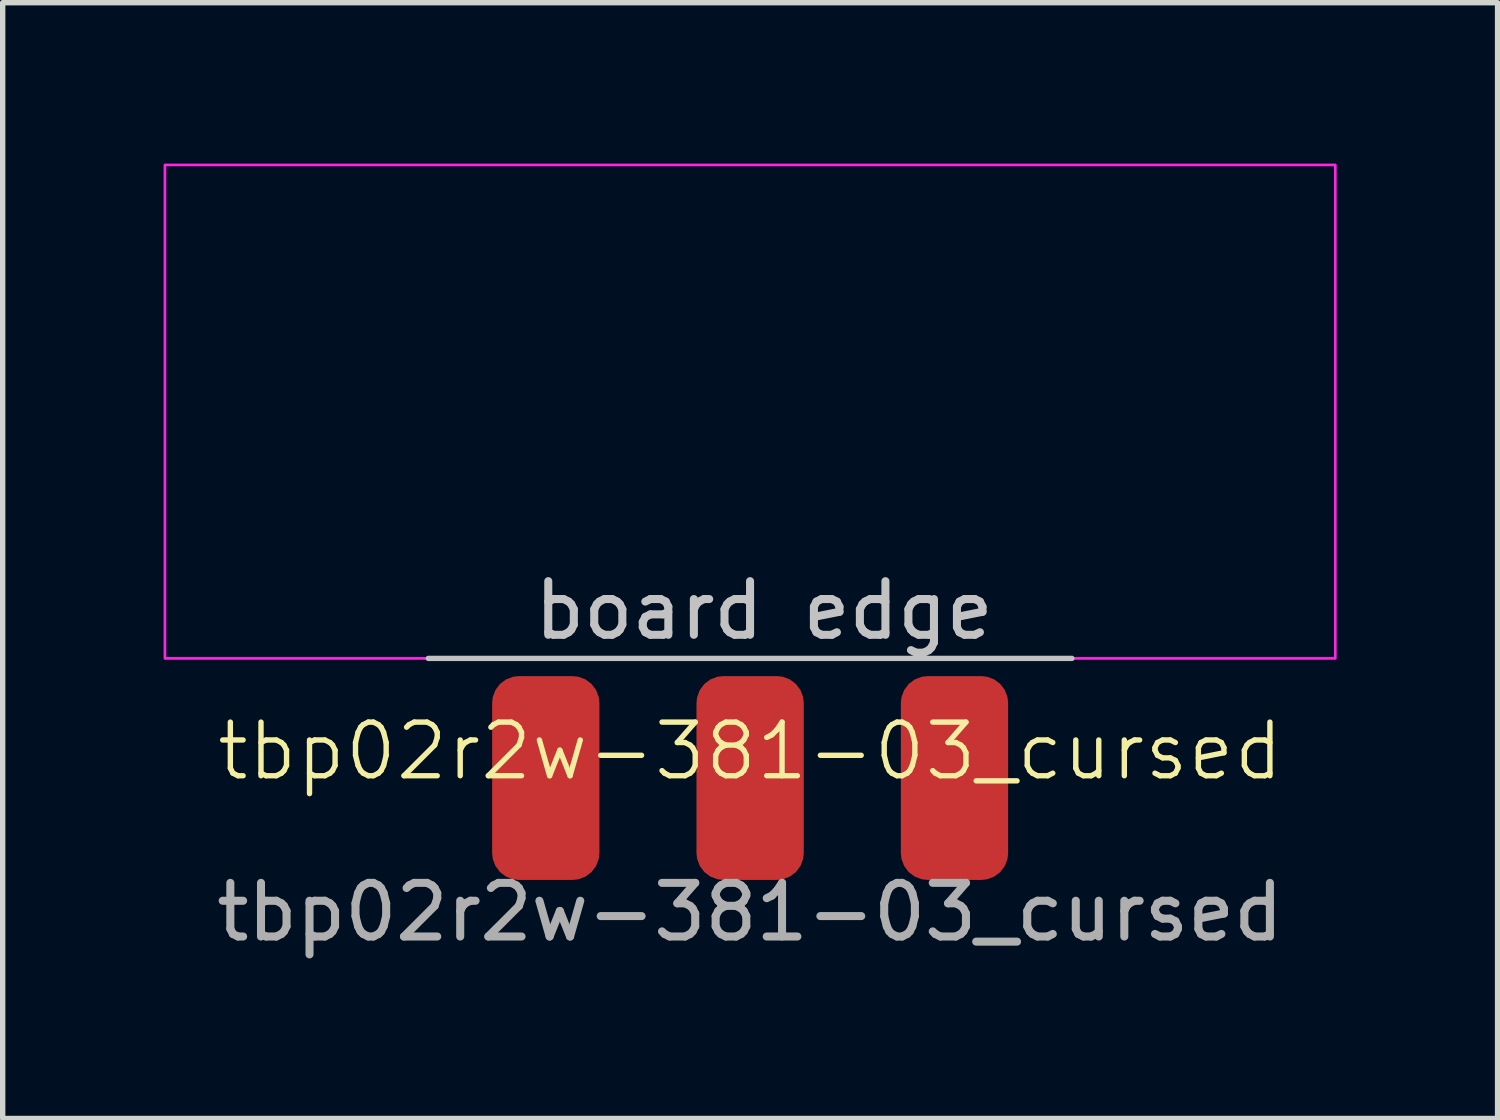
<source format=kicad_pcb>
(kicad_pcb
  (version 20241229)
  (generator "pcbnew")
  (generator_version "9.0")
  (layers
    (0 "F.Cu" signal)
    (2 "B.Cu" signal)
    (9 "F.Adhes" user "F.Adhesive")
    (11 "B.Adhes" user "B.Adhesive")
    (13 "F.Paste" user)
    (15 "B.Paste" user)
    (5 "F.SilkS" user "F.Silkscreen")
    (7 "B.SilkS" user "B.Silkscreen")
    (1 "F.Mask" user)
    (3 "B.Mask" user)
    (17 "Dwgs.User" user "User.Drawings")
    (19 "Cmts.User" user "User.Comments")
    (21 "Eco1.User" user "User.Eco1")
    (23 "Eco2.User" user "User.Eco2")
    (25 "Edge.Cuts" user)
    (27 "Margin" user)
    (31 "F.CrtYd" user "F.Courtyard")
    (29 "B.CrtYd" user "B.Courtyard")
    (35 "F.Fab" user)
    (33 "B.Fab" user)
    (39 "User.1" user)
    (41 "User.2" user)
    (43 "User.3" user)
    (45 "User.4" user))
  (footprint "tbp02r2w-381-03_cursed"
    (layer "F.Cu")
    (at 10.935 11.455)
    (property "Reference" "tbp02r2w-381-03_cursed" (at 0 -0.5 0) (unlocked yes) (layer "F.SilkS") (effects (font (size 1 1) (thickness 0.1))))
    (attr smd)
    (fp_line (start -6 -2.23) (end 6 -2.23) (stroke (width 0.1) (type default)) (layer "Dwgs.User"))
    (fp_rect (start -10.91 -11.43) (end 10.91 -2.23) (stroke (width 0.05) (type default)) (fill no) (layer "F.CrtYd"))
    (fp_text user "board edge" (at -4.1 -2.54 0) (unlocked yes) (layer "Dwgs.User") (effects (font (size 1 1) (thickness 0.15)) (justify left bottom)))
    (fp_text user "${REFERENCE}" (at 0 2.5 0) (unlocked yes) (layer "F.Fab") (effects (font (size 1 1) (thickness 0.15))))
    (pad "1" smd roundrect (at -3.81 0) (size 2 3.8) (layers "F.Cu" "F.Mask" "F.Paste") (roundrect_rratio 0.25))
    (pad "2" smd roundrect (at 0 0) (size 2 3.8) (layers "F.Cu" "F.Mask" "F.Paste") (roundrect_rratio 0.25))
    (pad "3" smd roundrect (at 3.81 0) (size 2 3.8) (layers "F.Cu" "F.Mask" "F.Paste") (roundrect_rratio 0.25)))
  (gr_rect
    (start -3 -3)
    (end 24.87 17.803)
    (stroke (width 0.1) (type default))
    (fill no)
    (layer "Edge.Cuts")))
</source>
